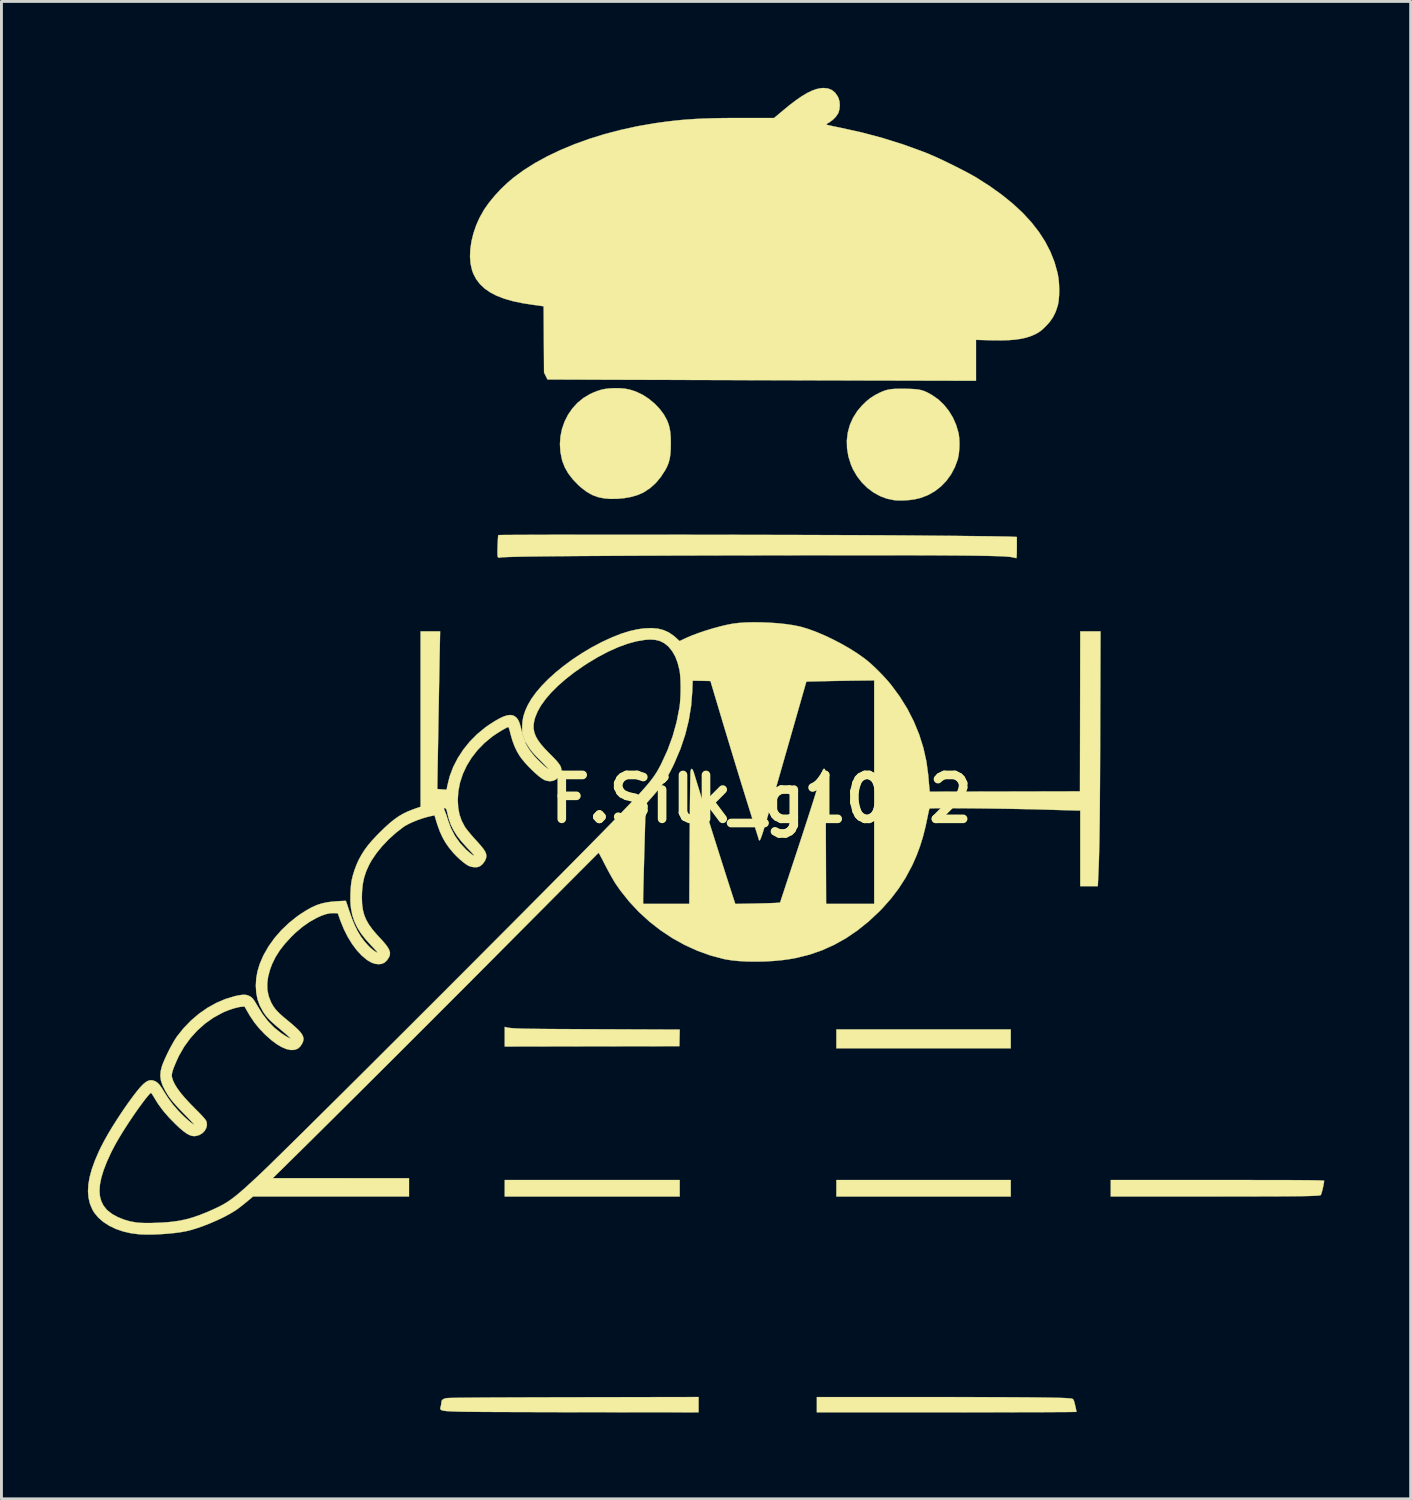
<source format=kicad_pcb>
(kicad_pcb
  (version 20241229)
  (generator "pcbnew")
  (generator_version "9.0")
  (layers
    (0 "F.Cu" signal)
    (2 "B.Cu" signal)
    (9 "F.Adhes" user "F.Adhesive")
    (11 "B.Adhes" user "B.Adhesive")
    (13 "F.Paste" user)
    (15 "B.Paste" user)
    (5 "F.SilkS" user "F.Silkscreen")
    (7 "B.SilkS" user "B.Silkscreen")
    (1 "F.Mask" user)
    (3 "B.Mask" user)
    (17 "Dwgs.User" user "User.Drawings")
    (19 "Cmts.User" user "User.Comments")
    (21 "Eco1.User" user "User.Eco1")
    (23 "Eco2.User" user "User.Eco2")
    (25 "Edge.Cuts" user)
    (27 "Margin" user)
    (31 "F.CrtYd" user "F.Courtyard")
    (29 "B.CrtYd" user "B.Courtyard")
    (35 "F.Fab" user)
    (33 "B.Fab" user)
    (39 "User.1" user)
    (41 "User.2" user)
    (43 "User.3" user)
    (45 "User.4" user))
  (footprint "F.Silk_g1032"
    (layer "F.Cu")
    (at 23.384 24.689)
    (property "Reference" "F.Silk_g1032" (at 0 0 0) (layer "F.SilkS") (effects (font (size 1.524 1.524) (thickness 0.3))))
    (attr through_hole)
    (fp_poly (pts (xy -2.836 13.801) (xy -8.911 13.801) (xy -8.911 13.229) (xy -2.836 13.229) (xy -2.836 13.801)) (stroke (width 0.01) (type solid)) (fill yes) (layer "F.SilkS"))
    (fp_poly (pts (xy 8.657 8.657) (xy 2.603 8.657) (xy 2.603 8.001) (xy 8.657 8.001) (xy 8.657 8.657)) (stroke (width 0.01) (type solid)) (fill yes) (layer "F.SilkS"))
    (fp_poly (pts (xy 8.657 13.801) (xy 2.603 13.801) (xy 2.603 13.229) (xy 8.657 13.229) (xy 8.657 13.801)) (stroke (width 0.01) (type solid)) (fill yes) (layer "F.SilkS"))
    (fp_poly (pts (xy -8.853 7.927) (xy -8.82 7.935) (xy -8.782 7.942) (xy -8.738 7.948) (xy -8.685 7.954) (xy -8.621 7.959) (xy -8.543 7.964) (xy -8.451 7.968) (xy -8.34 7.972) (xy -8.21 7.975) (xy -8.058 7.978) (xy -7.882 7.98) (xy -7.679 7.983) (xy -7.448 7.985) (xy -7.185 7.987) (xy -6.89 7.989) (xy -6.559 7.99) (xy -6.191 7.992) (xy -5.783 7.994) (xy -5.699 7.994) (xy -2.835 8.006) (xy -2.841 8.294) (xy -2.847 8.583) (xy -5.879 8.588) (xy -8.911 8.594) (xy -8.911 7.912) (xy -8.853 7.927)) (stroke (width 0.01) (type solid)) (fill yes) (layer "F.SilkS"))
    (fp_poly (pts (xy 5.784 20.765) (xy 6.356 20.765) (xy 6.888 20.766) (xy 7.379 20.766) (xy 7.832 20.768) (xy 8.248 20.769) (xy 8.627 20.771) (xy 8.971 20.773) (xy 9.281 20.775) (xy 9.558 20.778) (xy 9.804 20.781) (xy 10.02 20.784) (xy 10.207 20.788) (xy 10.366 20.792) (xy 10.498 20.797) (xy 10.605 20.802) (xy 10.687 20.808) (xy 10.747 20.814) (xy 10.784 20.821) (xy 10.794 20.823) (xy 10.818 20.838) (xy 10.838 20.864) (xy 10.857 20.912) (xy 10.877 20.988) (xy 10.893 21.052) (xy 10.913 21.142) (xy 10.929 21.215) (xy 10.939 21.264) (xy 10.942 21.278) (xy 10.921 21.279) (xy 10.86 21.281) (xy 10.76 21.282) (xy 10.624 21.284) (xy 10.454 21.285) (xy 10.251 21.286) (xy 10.017 21.287) (xy 9.754 21.289) (xy 9.464 21.29) (xy 9.15 21.29) (xy 8.813 21.291) (xy 8.454 21.292) (xy 8.077 21.293) (xy 7.683 21.293) (xy 7.273 21.293) (xy 6.85 21.294) (xy 6.435 21.294) (xy 1.926 21.294) (xy 1.926 20.765) (xy 5.784 20.765)) (stroke (width 0.01) (type solid)) (fill yes) (layer "F.SilkS"))
    (fp_poly (pts (xy 16.313 13.229) (xy 16.754 13.229) (xy 17.154 13.23) (xy 17.518 13.23) (xy 17.845 13.231) (xy 18.138 13.231) (xy 18.397 13.232) (xy 18.626 13.233) (xy 18.825 13.235) (xy 18.995 13.236) (xy 19.14 13.238) (xy 19.259 13.24) (xy 19.354 13.242) (xy 19.428 13.245) (xy 19.481 13.247) (xy 19.516 13.25) (xy 19.534 13.253) (xy 19.537 13.256) (xy 19.532 13.308) (xy 19.519 13.384) (xy 19.501 13.472) (xy 19.48 13.563) (xy 19.458 13.646) (xy 19.439 13.71) (xy 19.423 13.746) (xy 19.42 13.75) (xy 19.406 13.756) (xy 19.38 13.762) (xy 19.34 13.767) (xy 19.285 13.772) (xy 19.213 13.776) (xy 19.122 13.78) (xy 19.011 13.784) (xy 18.878 13.787) (xy 18.721 13.79) (xy 18.539 13.792) (xy 18.33 13.794) (xy 18.093 13.796) (xy 17.825 13.797) (xy 17.525 13.798) (xy 17.191 13.799) (xy 16.822 13.8) (xy 16.416 13.8) (xy 15.971 13.801) (xy 15.486 13.801) (xy 15.383 13.801) (xy 12.129 13.801) (xy 12.129 13.229) (xy 15.833 13.229) (xy 16.313 13.229)) (stroke (width 0.01) (type solid)) (fill yes) (layer "F.SilkS"))
    (fp_poly (pts (xy -2.18 21.294) (xy -6.048 21.29) (xy -6.459 21.289) (xy -6.862 21.289) (xy -7.257 21.288) (xy -7.641 21.287) (xy -8.011 21.286) (xy -8.365 21.285) (xy -8.7 21.284) (xy -9.013 21.283) (xy -9.303 21.282) (xy -9.567 21.28) (xy -9.802 21.279) (xy -10.005 21.277) (xy -10.175 21.276) (xy -10.309 21.274) (xy -10.404 21.273) (xy -10.435 21.272) (xy -10.633 21.266) (xy -10.793 21.26) (xy -10.918 21.252) (xy -11.011 21.242) (xy -11.078 21.228) (xy -11.12 21.211) (xy -11.143 21.188) (xy -11.149 21.159) (xy -11.143 21.123) (xy -11.136 21.1) (xy -11.119 21.03) (xy -11.113 20.966) (xy -11.102 20.897) (xy -11.067 20.85) (xy -11 20.818) (xy -10.943 20.803) (xy -10.914 20.8) (xy -10.857 20.797) (xy -10.771 20.794) (xy -10.655 20.792) (xy -10.508 20.789) (xy -10.329 20.787) (xy -10.117 20.785) (xy -9.872 20.783) (xy -9.592 20.781) (xy -9.277 20.779) (xy -8.925 20.778) (xy -8.536 20.776) (xy -8.108 20.775) (xy -7.641 20.774) (xy -7.133 20.772) (xy -6.585 20.771) (xy -6.503 20.771) (xy -2.18 20.763) (xy -2.18 21.294)) (stroke (width 0.01) (type solid)) (fill yes) (layer "F.SilkS"))
    (fp_poly (pts (xy -4.739 -14.246) (xy -4.564 -14.211) (xy -4.389 -14.156) (xy -4.339 -14.136) (xy -4.118 -14.03) (xy -3.906 -13.892) (xy -3.709 -13.728) (xy -3.534 -13.546) (xy -3.387 -13.351) (xy -3.276 -13.149) (xy -3.273 -13.141) (xy -3.224 -13.015) (xy -3.188 -12.885) (xy -3.163 -12.742) (xy -3.149 -12.577) (xy -3.144 -12.381) (xy -3.144 -12.33) (xy -3.149 -12.122) (xy -3.162 -11.948) (xy -3.186 -11.798) (xy -3.223 -11.665) (xy -3.275 -11.538) (xy -3.337 -11.419) (xy -3.495 -11.176) (xy -3.666 -10.971) (xy -3.855 -10.8) (xy -4.063 -10.661) (xy -4.142 -10.618) (xy -4.325 -10.543) (xy -4.538 -10.484) (xy -4.77 -10.443) (xy -5.013 -10.421) (xy -5.256 -10.42) (xy -5.461 -10.437) (xy -5.672 -10.48) (xy -5.871 -10.554) (xy -6.064 -10.663) (xy -6.257 -10.81) (xy -6.361 -10.904) (xy -6.551 -11.102) (xy -6.703 -11.3) (xy -6.82 -11.502) (xy -6.904 -11.713) (xy -6.921 -11.77) (xy -6.977 -12.045) (xy -6.994 -12.32) (xy -6.975 -12.591) (xy -6.92 -12.854) (xy -6.832 -13.105) (xy -6.712 -13.342) (xy -6.562 -13.559) (xy -6.385 -13.753) (xy -6.181 -13.92) (xy -5.952 -14.057) (xy -5.845 -14.106) (xy -5.691 -14.167) (xy -5.558 -14.209) (xy -5.428 -14.236) (xy -5.287 -14.253) (xy -5.142 -14.261) (xy -4.927 -14.262) (xy -4.739 -14.246)) (stroke (width 0.01) (type solid)) (fill yes) (layer "F.SilkS"))
    (fp_poly (pts (xy 4.965 -14.242) (xy 5.036 -14.241) (xy 5.211 -14.236) (xy 5.353 -14.227) (xy 5.472 -14.212) (xy 5.575 -14.188) (xy 5.672 -14.155) (xy 5.772 -14.108) (xy 5.884 -14.046) (xy 5.928 -14.021) (xy 6.142 -13.872) (xy 6.335 -13.689) (xy 6.505 -13.477) (xy 6.649 -13.242) (xy 6.761 -12.988) (xy 6.84 -12.721) (xy 6.849 -12.681) (xy 6.869 -12.531) (xy 6.877 -12.357) (xy 6.873 -12.176) (xy 6.857 -12) (xy 6.83 -11.845) (xy 6.817 -11.791) (xy 6.718 -11.522) (xy 6.587 -11.274) (xy 6.427 -11.051) (xy 6.239 -10.855) (xy 6.027 -10.689) (xy 5.794 -10.555) (xy 5.544 -10.457) (xy 5.333 -10.406) (xy 5.134 -10.378) (xy 4.932 -10.364) (xy 4.741 -10.364) (xy 4.615 -10.373) (xy 4.363 -10.425) (xy 4.121 -10.515) (xy 3.892 -10.641) (xy 3.68 -10.8) (xy 3.489 -10.988) (xy 3.322 -11.203) (xy 3.183 -11.441) (xy 3.109 -11.61) (xy 3.021 -11.89) (xy 2.974 -12.17) (xy 2.967 -12.448) (xy 2.999 -12.719) (xy 3.07 -12.981) (xy 3.18 -13.23) (xy 3.328 -13.465) (xy 3.481 -13.647) (xy 3.634 -13.798) (xy 3.785 -13.92) (xy 3.949 -14.024) (xy 4.11 -14.107) (xy 4.212 -14.152) (xy 4.307 -14.187) (xy 4.405 -14.212) (xy 4.512 -14.229) (xy 4.636 -14.239) (xy 4.785 -14.243) (xy 4.965 -14.242)) (stroke (width 0.01) (type solid)) (fill yes) (layer "F.SilkS"))
    (fp_poly (pts (xy -4.493 -9.174) (xy -4.033 -9.174) (xy -3.563 -9.174) (xy -3.085 -9.173) (xy -2.602 -9.173) (xy -2.116 -9.172) (xy -1.627 -9.172) (xy -1.138 -9.171) (xy -0.652 -9.17) (xy -0.169 -9.169) (xy 0.309 -9.168) (xy 0.779 -9.167) (xy 1.24 -9.166) (xy 1.69 -9.165) (xy 2.127 -9.163) (xy 2.55 -9.162) (xy 2.956 -9.16) (xy 3.343 -9.159) (xy 3.711 -9.157) (xy 4.056 -9.155) (xy 4.377 -9.154) (xy 4.673 -9.152) (xy 4.941 -9.15) (xy 5.101 -9.149) (xy 5.471 -9.146) (xy 5.833 -9.142) (xy 6.184 -9.139) (xy 6.522 -9.136) (xy 6.843 -9.133) (xy 7.145 -9.129) (xy 7.427 -9.126) (xy 7.684 -9.123) (xy 7.915 -9.121) (xy 8.117 -9.118) (xy 8.287 -9.115) (xy 8.423 -9.113) (xy 8.523 -9.111) (xy 8.583 -9.11) (xy 8.588 -9.11) (xy 8.869 -9.097) (xy 8.869 -8.729) (xy 8.868 -8.61) (xy 8.866 -8.506) (xy 8.862 -8.426) (xy 8.857 -8.376) (xy 8.853 -8.362) (xy 8.826 -8.366) (xy 8.769 -8.379) (xy 8.7 -8.394) (xy 8.66 -8.402) (xy 8.604 -8.408) (xy 8.531 -8.414) (xy 8.439 -8.42) (xy 8.327 -8.426) (xy 8.195 -8.431) (xy 8.041 -8.435) (xy 7.864 -8.44) (xy 7.663 -8.443) (xy 7.437 -8.447) (xy 7.185 -8.45) (xy 6.906 -8.453) (xy 6.598 -8.455) (xy 6.262 -8.457) (xy 5.896 -8.459) (xy 5.498 -8.46) (xy 5.068 -8.461) (xy 4.604 -8.462) (xy 4.106 -8.462) (xy 3.572 -8.462) (xy 3.002 -8.462) (xy 2.395 -8.462) (xy 1.748 -8.461) (xy 1.062 -8.46) (xy 0.335 -8.459) (xy -0.032 -8.458) (xy -0.86 -8.457) (xy -1.647 -8.455) (xy -2.392 -8.453) (xy -3.095 -8.451) (xy -3.758 -8.448) (xy -4.379 -8.446) (xy -4.961 -8.443) (xy -5.502 -8.44) (xy -6.004 -8.437) (xy -6.466 -8.434) (xy -6.889 -8.43) (xy -7.273 -8.427) (xy -7.619 -8.423) (xy -7.927 -8.419) (xy -8.197 -8.415) (xy -8.43 -8.411) (xy -8.626 -8.406) (xy -8.784 -8.401) (xy -8.907 -8.396) (xy -8.993 -8.391) (xy -9.043 -8.386) (xy -9.053 -8.384) (xy -9.108 -8.375) (xy -9.141 -8.389) (xy -9.146 -8.395) (xy -9.156 -8.42) (xy -9.162 -8.47) (xy -9.164 -8.548) (xy -9.163 -8.661) (xy -9.159 -8.788) (xy -9.154 -8.907) (xy -9.148 -9.011) (xy -9.143 -9.093) (xy -9.138 -9.145) (xy -9.134 -9.161) (xy -9.112 -9.162) (xy -9.049 -9.164) (xy -8.947 -9.166) (xy -8.808 -9.167) (xy -8.635 -9.168) (xy -8.428 -9.169) (xy -8.19 -9.17) (xy -7.922 -9.171) (xy -7.627 -9.172) (xy -7.307 -9.173) (xy -6.962 -9.173) (xy -6.595 -9.173) (xy -6.208 -9.174) (xy -5.802 -9.174) (xy -5.38 -9.174) (xy -4.943 -9.174) (xy -4.493 -9.174)) (stroke (width 0.01) (type solid)) (fill yes) (layer "F.SilkS"))
    (fp_poly (pts (xy 2.318 -24.666) (xy 2.45 -24.611) (xy 2.56 -24.521) (xy 2.649 -24.393) (xy 2.674 -24.343) (xy 2.71 -24.225) (xy 2.722 -24.09) (xy 2.711 -23.954) (xy 2.678 -23.833) (xy 2.663 -23.801) (xy 2.587 -23.688) (xy 2.483 -23.582) (xy 2.366 -23.495) (xy 2.327 -23.473) (xy 2.274 -23.442) (xy 2.257 -23.421) (xy 2.266 -23.41) (xy 2.295 -23.401) (xy 2.359 -23.386) (xy 2.452 -23.365) (xy 2.566 -23.341) (xy 2.696 -23.314) (xy 2.741 -23.305) (xy 3.478 -23.142) (xy 4.202 -22.949) (xy 4.908 -22.729) (xy 5.587 -22.483) (xy 5.837 -22.383) (xy 5.986 -22.319) (xy 6.161 -22.24) (xy 6.354 -22.149) (xy 6.558 -22.05) (xy 6.763 -21.948) (xy 6.963 -21.846) (xy 7.149 -21.749) (xy 7.314 -21.659) (xy 7.45 -21.582) (xy 7.472 -21.568) (xy 7.934 -21.273) (xy 8.355 -20.971) (xy 8.735 -20.662) (xy 9.074 -20.347) (xy 9.373 -20.023) (xy 9.632 -19.691) (xy 9.852 -19.35) (xy 10.033 -19) (xy 10.176 -18.64) (xy 10.28 -18.269) (xy 10.29 -18.224) (xy 10.317 -18.063) (xy 10.333 -17.882) (xy 10.34 -17.692) (xy 10.337 -17.504) (xy 10.324 -17.33) (xy 10.301 -17.182) (xy 10.29 -17.134) (xy 10.219 -16.919) (xy 10.128 -16.733) (xy 10.01 -16.562) (xy 9.875 -16.414) (xy 9.779 -16.321) (xy 9.699 -16.252) (xy 9.621 -16.198) (xy 9.536 -16.15) (xy 9.504 -16.134) (xy 9.352 -16.068) (xy 9.188 -16.016) (xy 9.008 -15.976) (xy 8.805 -15.947) (xy 8.577 -15.929) (xy 8.317 -15.922) (xy 8.022 -15.924) (xy 7.943 -15.926) (xy 7.451 -15.94) (xy 7.451 -14.52) (xy 5.339 -14.525) (xy 5.095 -14.525) (xy 4.812 -14.526) (xy 4.494 -14.527) (xy 4.144 -14.527) (xy 3.766 -14.528) (xy 3.363 -14.53) (xy 2.94 -14.531) (xy 2.499 -14.532) (xy 2.043 -14.533) (xy 1.578 -14.535) (xy 1.105 -14.536) (xy 0.629 -14.537) (xy 0.154 -14.539) (xy -0.318 -14.54) (xy -0.782 -14.542) (xy -1.048 -14.543) (xy -1.487 -14.544) (xy -1.925 -14.546) (xy -2.359 -14.547) (xy -2.785 -14.548) (xy -3.202 -14.55) (xy -3.606 -14.551) (xy -3.995 -14.552) (xy -4.366 -14.553) (xy -4.717 -14.554) (xy -5.044 -14.555) (xy -5.346 -14.556) (xy -5.618 -14.557) (xy -5.86 -14.558) (xy -6.067 -14.559) (xy -6.238 -14.559) (xy -6.369 -14.56) (xy -6.375 -14.56) (xy -7.426 -14.563) (xy -7.546 -14.806) (xy -7.553 -15.954) (xy -7.56 -17.103) (xy -7.606 -17.112) (xy -7.644 -17.118) (xy -7.714 -17.129) (xy -7.807 -17.141) (xy -7.912 -17.155) (xy -7.916 -17.155) (xy -8.292 -17.213) (xy -8.629 -17.284) (xy -8.928 -17.37) (xy -9.19 -17.471) (xy -9.417 -17.589) (xy -9.611 -17.724) (xy -9.771 -17.876) (xy -9.901 -18.046) (xy -10 -18.235) (xy -10.045 -18.358) (xy -10.096 -18.582) (xy -10.116 -18.828) (xy -10.105 -19.089) (xy -10.065 -19.362) (xy -9.997 -19.639) (xy -9.902 -19.917) (xy -9.781 -20.188) (xy -9.634 -20.448) (xy -9.615 -20.479) (xy -9.454 -20.706) (xy -9.263 -20.939) (xy -9.049 -21.17) (xy -8.821 -21.388) (xy -8.612 -21.566) (xy -8.255 -21.829) (xy -7.861 -22.078) (xy -7.432 -22.313) (xy -6.972 -22.532) (xy -6.483 -22.735) (xy -5.969 -22.92) (xy -5.433 -23.086) (xy -4.877 -23.231) (xy -4.305 -23.356) (xy -3.72 -23.457) (xy -3.537 -23.484) (xy -3.282 -23.518) (xy -3.035 -23.547) (xy -2.791 -23.572) (xy -2.545 -23.592) (xy -2.291 -23.609) (xy -2.023 -23.622) (xy -1.735 -23.631) (xy -1.423 -23.638) (xy -1.081 -23.642) (xy -0.703 -23.643) (xy -0.635 -23.643) (xy 0.441 -23.643) (xy 0.743 -23.897) (xy 0.987 -24.097) (xy 1.208 -24.264) (xy 1.408 -24.402) (xy 1.589 -24.51) (xy 1.756 -24.591) (xy 1.91 -24.646) (xy 2.053 -24.676) (xy 2.164 -24.684) (xy 2.318 -24.666)) (stroke (width 0.01) (type solid)) (fill yes) (layer "F.SilkS"))
    (fp_poly (pts (xy 0.01 -6.132) (xy 0.297 -6.12) (xy 0.581 -6.1) (xy 0.853 -6.071) (xy 1.105 -6.034) (xy 1.326 -5.989) (xy 1.365 -5.98) (xy 1.616 -5.906) (xy 1.89 -5.806) (xy 2.178 -5.685) (xy 2.472 -5.546) (xy 2.765 -5.394) (xy 3.048 -5.233) (xy 3.314 -5.066) (xy 3.554 -4.897) (xy 3.662 -4.814) (xy 3.794 -4.702) (xy 3.941 -4.565) (xy 4.096 -4.413) (xy 4.247 -4.256) (xy 4.387 -4.101) (xy 4.5 -3.967) (xy 4.802 -3.558) (xy 5.066 -3.133) (xy 5.291 -2.693) (xy 5.477 -2.241) (xy 5.623 -1.777) (xy 5.729 -1.303) (xy 5.794 -0.821) (xy 5.799 -0.752) (xy 5.809 -0.637) (xy 5.818 -0.525) (xy 5.827 -0.431) (xy 5.833 -0.366) (xy 5.833 -0.365) (xy 5.845 -0.254) (xy 8.452 -0.259) (xy 11.06 -0.265) (xy 11.07 -5.821) (xy 11.422 -5.821) (xy 11.774 -5.821) (xy 11.762 -2.302) (xy 11.761 -1.788) (xy 11.759 -1.315) (xy 11.757 -0.879) (xy 11.755 -0.478) (xy 11.752 -0.109) (xy 11.75 0.229) (xy 11.747 0.539) (xy 11.744 0.824) (xy 11.74 1.085) (xy 11.737 1.326) (xy 11.733 1.549) (xy 11.728 1.756) (xy 11.723 1.95) (xy 11.718 2.133) (xy 11.712 2.307) (xy 11.705 2.475) (xy 11.698 2.64) (xy 11.693 2.746) (xy 11.68 3.027) (xy 11.07 3.027) (xy 11.07 0.402) (xy 11.001 0.402) (xy 10.967 0.401) (xy 10.895 0.399) (xy 10.789 0.396) (xy 10.654 0.392) (xy 10.494 0.388) (xy 10.314 0.383) (xy 10.117 0.377) (xy 9.91 0.371) (xy 9.885 0.37) (xy 9.652 0.364) (xy 9.403 0.357) (xy 9.141 0.352) (xy 8.869 0.346) (xy 8.591 0.341) (xy 8.31 0.337) (xy 8.03 0.333) (xy 7.752 0.329) (xy 7.481 0.326) (xy 7.22 0.324) (xy 6.971 0.322) (xy 6.739 0.321) (xy 6.526 0.32) (xy 6.336 0.32) (xy 6.171 0.321) (xy 6.036 0.323) (xy 5.933 0.325) (xy 5.865 0.328) (xy 5.836 0.332) (xy 5.835 0.333) (xy 5.826 0.362) (xy 5.811 0.423) (xy 5.793 0.506) (xy 5.777 0.585) (xy 5.697 0.966) (xy 5.609 1.313) (xy 5.509 1.635) (xy 5.396 1.94) (xy 5.267 2.237) (xy 5.218 2.339) (xy 5.007 2.733) (xy 4.77 3.102) (xy 4.504 3.453) (xy 4.203 3.793) (xy 4.093 3.906) (xy 3.718 4.257) (xy 3.332 4.566) (xy 2.935 4.836) (xy 2.524 5.065) (xy 2.101 5.255) (xy 1.663 5.406) (xy 1.21 5.519) (xy 1.016 5.554) (xy 0.732 5.594) (xy 0.432 5.623) (xy 0.124 5.641) (xy -0.185 5.647) (xy -0.485 5.643) (xy -0.771 5.628) (xy -1.033 5.602) (xy -1.263 5.565) (xy -1.308 5.555) (xy -1.772 5.431) (xy -2.226 5.267) (xy -2.668 5.066) (xy -3.095 4.828) (xy -3.503 4.557) (xy -3.891 4.254) (xy -4.255 3.921) (xy -4.592 3.56) (xy -4.641 3.498) (xy -4.106 3.498) (xy -4.106 3.641) (xy -2.504 3.641) (xy -2.49 1.381) (xy -2.488 1.074) (xy -2.486 0.777) (xy -2.483 0.494) (xy -2.481 0.227) (xy -2.478 -0.02) (xy -2.475 -0.244) (xy -2.473 -0.444) (xy -2.47 -0.616) (xy -2.467 -0.756) (xy -2.465 -0.863) (xy -2.462 -0.933) (xy -2.46 -0.963) (xy -2.442 -1.026) (xy -2.42 -1.047) (xy -2.393 -1.026) (xy -2.363 -0.964) (xy -2.334 -0.878) (xy -2.3 -0.765) (xy -2.254 -0.615) (xy -2.198 -0.433) (xy -2.133 -0.223) (xy -2.06 0.011) (xy -1.981 0.266) (xy -1.896 0.536) (xy -1.807 0.818) (xy -1.716 1.109) (xy -1.623 1.403) (xy -1.53 1.697) (xy -1.438 1.987) (xy -1.348 2.269) (xy -1.263 2.538) (xy -1.182 2.791) (xy -1.107 3.024) (xy -1.04 3.232) (xy -0.982 3.412) (xy -0.96 3.478) (xy -0.906 3.643) (xy -0.257 3.631) (xy -0.089 3.627) (xy 0.072 3.623) (xy 0.219 3.619) (xy 0.345 3.615) (xy 0.444 3.611) (xy 0.509 3.608) (xy 0.52 3.607) (xy 0.649 3.596) (xy 1.079 2.29) (xy 1.211 1.892) (xy 1.329 1.532) (xy 1.436 1.206) (xy 1.531 0.912) (xy 1.617 0.649) (xy 1.693 0.412) (xy 1.761 0.199) (xy 1.822 0.008) (xy 1.875 -0.164) (xy 1.923 -0.32) (xy 1.966 -0.462) (xy 2.002 -0.582) (xy 2.039 -0.707) (xy 2.073 -0.82) (xy 2.102 -0.913) (xy 2.123 -0.98) (xy 2.135 -1.013) (xy 2.136 -1.015) (xy 2.166 -1.049) (xy 2.195 -1.042) (xy 2.213 -1.012) (xy 2.215 -0.984) (xy 2.217 -0.917) (xy 2.22 -0.814) (xy 2.222 -0.676) (xy 2.225 -0.508) (xy 2.227 -0.31) (xy 2.229 -0.088) (xy 2.231 0.158) (xy 2.233 0.423) (xy 2.235 0.706) (xy 2.237 1.003) (xy 2.238 1.311) (xy 2.238 1.339) (xy 2.247 3.641) (xy 3.916 3.641) (xy 3.916 -0.238) (xy 3.916 -4.117) (xy 3.328 -4.11) (xy 3.131 -4.108) (xy 2.907 -4.104) (xy 2.671 -4.1) (xy 2.44 -4.096) (xy 2.229 -4.091) (xy 2.151 -4.089) (xy 1.561 -4.075) (xy 0.774 -1.323) (xy 0.66 -0.924) (xy 0.557 -0.564) (xy 0.464 -0.241) (xy 0.381 0.047) (xy 0.307 0.301) (xy 0.242 0.525) (xy 0.185 0.718) (xy 0.136 0.884) (xy 0.093 1.024) (xy 0.057 1.141) (xy 0.026 1.235) (xy 0.000154 1.308) (xy -0.021 1.364) (xy -0.038 1.403) (xy -0.052 1.427) (xy -0.063 1.439) (xy -0.072 1.439) (xy -0.08 1.431) (xy -0.087 1.415) (xy -0.09 1.403) (xy -0.099 1.376) (xy -0.118 1.312) (xy -0.148 1.216) (xy -0.187 1.094) (xy -0.232 0.948) (xy -0.284 0.783) (xy -0.34 0.604) (xy -0.377 0.487) (xy -0.537 -0.027) (xy -0.707 -0.576) (xy -0.884 -1.154) (xy -1.067 -1.755) (xy -1.254 -2.373) (xy -1.443 -3.003) (xy -1.488 -3.154) (xy -1.769 -4.096) (xy -2.077 -4.102) (xy -2.385 -4.107) (xy -2.399 -3.742) (xy -2.439 -3.236) (xy -2.521 -2.734) (xy -2.644 -2.235) (xy -2.81 -1.741) (xy -3.019 -1.249) (xy -3.103 -1.074) (xy -3.184 -0.917) (xy -3.262 -0.776) (xy -3.343 -0.646) (xy -3.43 -0.518) (xy -3.529 -0.386) (xy -3.646 -0.243) (xy -3.784 -0.083) (xy -3.898 0.046) (xy -4.018 0.181) (xy -4.062 1.768) (xy -4.07 2.027) (xy -4.076 2.277) (xy -4.083 2.514) (xy -4.088 2.734) (xy -4.094 2.934) (xy -4.098 3.11) (xy -4.102 3.258) (xy -4.104 3.375) (xy -4.106 3.456) (xy -4.106 3.498) (xy -4.641 3.498) (xy -4.9 3.173) (xy -5.047 2.963) (xy -5.107 2.868) (xy -5.179 2.745) (xy -5.258 2.605) (xy -5.338 2.458) (xy -5.414 2.313) (xy -5.425 2.292) (xy -5.487 2.17) (xy -5.543 2.061) (xy -5.591 1.972) (xy -5.626 1.907) (xy -5.647 1.873) (xy -5.652 1.868) (xy -5.668 1.883) (xy -5.712 1.927) (xy -5.783 1.999) (xy -5.88 2.096) (xy -6.002 2.218) (xy -6.146 2.363) (xy -6.313 2.529) (xy -6.499 2.717) (xy -6.705 2.923) (xy -6.928 3.147) (xy -7.168 3.388) (xy -7.422 3.644) (xy -7.69 3.913) (xy -7.97 4.195) (xy -8.261 4.487) (xy -8.562 4.789) (xy -8.87 5.1) (xy -8.924 5.154) (xy -9.336 5.568) (xy -9.759 5.993) (xy -10.191 6.427) (xy -10.63 6.866) (xy -11.073 7.31) (xy -11.518 7.756) (xy -11.964 8.201) (xy -12.407 8.644) (xy -12.846 9.082) (xy -13.279 9.513) (xy -13.703 9.936) (xy -14.116 10.347) (xy -14.516 10.745) (xy -14.901 11.127) (xy -15.268 11.491) (xy -15.616 11.836) (xy -15.942 12.158) (xy -16.244 12.456) (xy -16.519 12.727) (xy -16.679 12.885) (xy -16.965 13.165) (xy -14.6 13.165) (xy -12.234 13.166) (xy -12.234 13.801) (xy -17.649 13.801) (xy -17.878 13.993) (xy -17.977 14.073) (xy -18.078 14.153) (xy -18.172 14.224) (xy -18.246 14.277) (xy -18.251 14.28) (xy -18.438 14.395) (xy -18.658 14.512) (xy -18.898 14.627) (xy -19.15 14.736) (xy -19.403 14.835) (xy -19.647 14.918) (xy -19.871 14.983) (xy -19.963 15.004) (xy -20.153 15.039) (xy -20.375 15.069) (xy -20.616 15.093) (xy -20.865 15.11) (xy -21.112 15.121) (xy -21.344 15.123) (xy -21.551 15.117) (xy -21.601 15.113) (xy -21.887 15.077) (xy -22.158 15.015) (xy -22.411 14.928) (xy -22.64 14.818) (xy -22.843 14.687) (xy -23.016 14.538) (xy -23.155 14.372) (xy -23.23 14.247) (xy -23.311 14.053) (xy -23.36 13.845) (xy -23.379 13.622) (xy -23.377 13.597) (xy -22.98 13.597) (xy -22.965 13.79) (xy -22.918 13.962) (xy -22.841 14.116) (xy -22.732 14.253) (xy -22.685 14.298) (xy -22.531 14.415) (xy -22.344 14.517) (xy -22.134 14.602) (xy -21.909 14.667) (xy -21.677 14.707) (xy -21.643 14.71) (xy -21.518 14.718) (xy -21.36 14.722) (xy -21.181 14.721) (xy -20.99 14.715) (xy -20.797 14.706) (xy -20.613 14.693) (xy -20.451 14.677) (xy -20.216 14.644) (xy -19.986 14.596) (xy -19.754 14.532) (xy -19.511 14.449) (xy -19.248 14.344) (xy -19.061 14.262) (xy -18.921 14.198) (xy -18.795 14.136) (xy -18.677 14.073) (xy -18.564 14.006) (xy -18.452 13.931) (xy -18.336 13.846) (xy -18.211 13.748) (xy -18.075 13.633) (xy -17.921 13.498) (xy -17.747 13.339) (xy -17.547 13.155) (xy -17.516 13.126) (xy -17.423 13.039) (xy -17.302 12.923) (xy -17.153 12.78) (xy -16.979 12.61) (xy -16.781 12.416) (xy -16.56 12.199) (xy -16.317 11.96) (xy -16.054 11.701) (xy -15.771 11.422) (xy -15.472 11.125) (xy -15.156 10.812) (xy -14.825 10.484) (xy -14.481 10.143) (xy -14.125 9.789) (xy -13.758 9.424) (xy -13.382 9.049) (xy -12.998 8.666) (xy -12.607 8.276) (xy -12.211 7.881) (xy -11.812 7.482) (xy -11.409 7.08) (xy -11.005 6.676) (xy -10.602 6.272) (xy -10.2 5.87) (xy -9.801 5.47) (xy -9.407 5.074) (xy -9.018 4.684) (xy -8.636 4.301) (xy -8.262 3.925) (xy -7.899 3.559) (xy -7.546 3.204) (xy -7.206 2.861) (xy -6.88 2.532) (xy -6.569 2.218) (xy -6.274 1.92) (xy -5.997 1.639) (xy -5.74 1.378) (xy -5.503 1.137) (xy -5.289 0.918) (xy -5.098 0.722) (xy -4.931 0.55) (xy -4.846 0.461) (xy -4.632 0.239) (xy -4.446 0.043) (xy -4.284 -0.129) (xy -4.145 -0.281) (xy -4.025 -0.416) (xy -3.922 -0.537) (xy -3.834 -0.647) (xy -3.757 -0.749) (xy -3.689 -0.847) (xy -3.628 -0.943) (xy -3.571 -1.042) (xy -3.515 -1.146) (xy -3.475 -1.223) (xy -3.259 -1.694) (xy -3.082 -2.175) (xy -2.944 -2.67) (xy -2.843 -3.184) (xy -2.843 -3.186) (xy -2.826 -3.326) (xy -2.814 -3.492) (xy -2.806 -3.673) (xy -2.804 -3.861) (xy -2.807 -4.045) (xy -2.814 -4.216) (xy -2.827 -4.363) (xy -2.843 -4.473) (xy -2.907 -4.726) (xy -2.99 -4.944) (xy -3.094 -5.128) (xy -3.219 -5.282) (xy -3.246 -5.308) (xy -3.377 -5.412) (xy -3.521 -5.483) (xy -3.682 -5.524) (xy -3.866 -5.536) (xy -4.042 -5.525) (xy -4.336 -5.475) (xy -4.649 -5.39) (xy -4.977 -5.269) (xy -5.32 -5.115) (xy -5.675 -4.928) (xy -6.039 -4.709) (xy -6.17 -4.623) (xy -6.496 -4.396) (xy -6.792 -4.165) (xy -7.057 -3.934) (xy -7.289 -3.704) (xy -7.486 -3.476) (xy -7.648 -3.252) (xy -7.772 -3.034) (xy -7.857 -2.824) (xy -7.885 -2.721) (xy -7.908 -2.579) (xy -7.908 -2.444) (xy -7.884 -2.312) (xy -7.835 -2.18) (xy -7.757 -2.043) (xy -7.65 -1.896) (xy -7.51 -1.736) (xy -7.336 -1.558) (xy -7.334 -1.556) (xy -7.208 -1.429) (xy -7.11 -1.325) (xy -7.039 -1.238) (xy -6.989 -1.165) (xy -6.959 -1.101) (xy -6.945 -1.04) (xy -6.943 -1) (xy -6.959 -0.915) (xy -7.004 -0.822) (xy -7.068 -0.736) (xy -7.134 -0.677) (xy -7.236 -0.629) (xy -7.353 -0.616) (xy -7.476 -0.637) (xy -7.54 -0.663) (xy -7.627 -0.716) (xy -7.732 -0.795) (xy -7.849 -0.896) (xy -7.972 -1.012) (xy -8.094 -1.135) (xy -8.209 -1.261) (xy -8.31 -1.382) (xy -8.391 -1.492) (xy -8.391 -1.492) (xy -8.486 -1.651) (xy -8.568 -1.824) (xy -8.631 -1.993) (xy -8.21 -1.993) (xy -8.193 -1.952) (xy -8.161 -1.888) (xy -8.097 -1.775) (xy -8.024 -1.667) (xy -7.934 -1.553) (xy -7.844 -1.449) (xy -7.778 -1.379) (xy -7.702 -1.303) (xy -7.622 -1.226) (xy -7.545 -1.156) (xy -7.477 -1.097) (xy -7.424 -1.055) (xy -7.394 -1.037) (xy -7.392 -1.037) (xy -7.402 -1.051) (xy -7.437 -1.091) (xy -7.494 -1.151) (xy -7.567 -1.226) (xy -7.654 -1.314) (xy -7.657 -1.318) (xy -7.775 -1.436) (xy -7.867 -1.533) (xy -7.94 -1.615) (xy -8.001 -1.689) (xy -8.054 -1.763) (xy -8.107 -1.844) (xy -8.139 -1.896) (xy -8.182 -1.965) (xy -8.206 -1.998) (xy -8.21 -1.993) (xy -8.631 -1.993) (xy -8.64 -2.018) (xy -8.65 -2.053) (xy -8.234 -2.053) (xy -8.226 -2.036) (xy -8.22 -2.039) (xy -8.217 -2.064) (xy -8.22 -2.067) (xy -8.232 -2.064) (xy -8.234 -2.053) (xy -8.65 -2.053) (xy -8.666 -2.106) (xy -8.255 -2.106) (xy -8.244 -2.095) (xy -8.234 -2.106) (xy -8.244 -2.117) (xy -8.255 -2.106) (xy -8.666 -2.106) (xy -8.687 -2.18) (xy -8.276 -2.18) (xy -8.268 -2.163) (xy -8.262 -2.166) (xy -8.26 -2.191) (xy -8.262 -2.194) (xy -8.275 -2.191) (xy -8.276 -2.18) (xy -8.687 -2.18) (xy -8.705 -2.243) (xy -8.709 -2.256) (xy -8.296 -2.256) (xy -8.292 -2.229) (xy -8.285 -2.228) (xy -8.279 -2.257) (xy -8.283 -2.269) (xy -8.292 -2.277) (xy -8.296 -2.256) (xy -8.709 -2.256) (xy -8.731 -2.344) (xy -8.751 -2.418) (xy -8.771 -2.472) (xy -8.787 -2.497) (xy -8.789 -2.498) (xy -8.822 -2.487) (xy -8.881 -2.456) (xy -8.961 -2.412) (xy -9.053 -2.357) (xy -9.149 -2.297) (xy -9.243 -2.237) (xy -9.325 -2.18) (xy -9.352 -2.161) (xy -9.619 -1.939) (xy -9.856 -1.696) (xy -10.06 -1.434) (xy -10.231 -1.156) (xy -10.366 -0.866) (xy -10.464 -0.566) (xy -10.523 -0.26) (xy -10.541 0.028) (xy -10.527 0.295) (xy -10.483 0.535) (xy -10.407 0.754) (xy -10.3 0.957) (xy -10.277 0.992) (xy -10.225 1.063) (xy -10.152 1.154) (xy -10.066 1.256) (xy -9.976 1.359) (xy -9.939 1.399) (xy -9.813 1.538) (xy -9.714 1.653) (xy -9.641 1.747) (xy -9.591 1.827) (xy -9.561 1.895) (xy -9.549 1.958) (xy -9.552 2.019) (xy -9.566 2.077) (xy -9.608 2.166) (xy -9.675 2.254) (xy -9.753 2.323) (xy -9.781 2.34) (xy -9.871 2.367) (xy -9.98 2.369) (xy -10.092 2.349) (xy -10.172 2.318) (xy -10.257 2.266) (xy -10.36 2.188) (xy -10.472 2.093) (xy -10.584 1.987) (xy -10.688 1.879) (xy -10.696 1.87) (xy -10.842 1.694) (xy -10.965 1.519) (xy -11.069 1.336) (xy -11.161 1.136) (xy -11.244 0.908) (xy -11.292 0.756) (xy -11.347 0.57) (xy -11.426 0.584) (xy -11.58 0.619) (xy -11.75 0.668) (xy -11.924 0.728) (xy -12.092 0.795) (xy -12.244 0.865) (xy -12.371 0.934) (xy -12.422 0.968) (xy -12.687 1.173) (xy -12.935 1.397) (xy -13.162 1.634) (xy -13.362 1.879) (xy -13.529 2.125) (xy -13.617 2.282) (xy -13.717 2.502) (xy -13.791 2.724) (xy -13.839 2.956) (xy -13.865 3.21) (xy -13.871 3.429) (xy -13.863 3.647) (xy -13.837 3.842) (xy -13.791 4.022) (xy -13.721 4.193) (xy -13.625 4.361) (xy -13.499 4.535) (xy -13.341 4.719) (xy -13.267 4.798) (xy -13.135 4.942) (xy -13.033 5.063) (xy -12.961 5.166) (xy -12.915 5.255) (xy -12.895 5.333) (xy -12.898 5.406) (xy -12.921 5.477) (xy -12.93 5.495) (xy -13.004 5.609) (xy -13.087 5.684) (xy -13.184 5.725) (xy -13.285 5.736) (xy -13.405 5.724) (xy -13.523 5.686) (xy -13.647 5.618) (xy -13.705 5.578) (xy -13.88 5.432) (xy -14.05 5.248) (xy -14.211 5.032) (xy -14.361 4.788) (xy -14.495 4.522) (xy -14.611 4.238) (xy -14.625 4.199) (xy -14.706 3.969) (xy -14.834 3.962) (xy -14.973 3.968) (xy -15.122 3.999) (xy -15.287 4.058) (xy -15.441 4.129) (xy -15.691 4.269) (xy -15.932 4.438) (xy -16.171 4.64) (xy -16.309 4.774) (xy -16.534 5.016) (xy -16.72 5.254) (xy -16.871 5.493) (xy -16.99 5.738) (xy -17.058 5.919) (xy -17.126 6.173) (xy -17.156 6.41) (xy -17.15 6.633) (xy -17.106 6.846) (xy -17.025 7.053) (xy -17.005 7.091) (xy -16.949 7.189) (xy -16.882 7.283) (xy -16.799 7.377) (xy -16.695 7.479) (xy -16.564 7.594) (xy -16.463 7.677) (xy -16.302 7.811) (xy -16.173 7.925) (xy -16.072 8.021) (xy -15.998 8.104) (xy -15.946 8.177) (xy -15.914 8.243) (xy -15.899 8.307) (xy -15.897 8.341) (xy -15.912 8.422) (xy -15.954 8.512) (xy -16.014 8.596) (xy -16.082 8.659) (xy -16.096 8.668) (xy -16.209 8.71) (xy -16.339 8.715) (xy -16.486 8.684) (xy -16.646 8.617) (xy -16.819 8.516) (xy -17.002 8.381) (xy -17.194 8.212) (xy -17.241 8.168) (xy -17.435 7.965) (xy -17.601 7.76) (xy -17.752 7.536) (xy -17.824 7.414) (xy -17.943 7.207) (xy -18.037 7.212) (xy -18.135 7.225) (xy -18.261 7.255) (xy -18.402 7.298) (xy -18.548 7.351) (xy -18.689 7.411) (xy -18.71 7.421) (xy -19.022 7.591) (xy -19.314 7.797) (xy -19.582 8.036) (xy -19.825 8.304) (xy -20.039 8.598) (xy -20.221 8.914) (xy -20.289 9.06) (xy -20.36 9.225) (xy -20.413 9.357) (xy -20.447 9.463) (xy -20.466 9.546) (xy -20.471 9.613) (xy -20.465 9.655) (xy -20.427 9.776) (xy -20.365 9.907) (xy -20.277 10.049) (xy -20.161 10.206) (xy -20.015 10.379) (xy -19.838 10.571) (xy -19.67 10.742) (xy -19.545 10.867) (xy -19.448 10.967) (xy -19.376 11.045) (xy -19.324 11.106) (xy -19.289 11.153) (xy -19.269 11.191) (xy -19.262 11.209) (xy -19.249 11.319) (xy -19.274 11.426) (xy -19.33 11.524) (xy -19.412 11.606) (xy -19.515 11.667) (xy -19.634 11.7) (xy -19.696 11.705) (xy -19.777 11.695) (xy -19.865 11.664) (xy -19.962 11.61) (xy -20.074 11.528) (xy -20.203 11.418) (xy -20.337 11.293) (xy -20.573 11.052) (xy -20.773 10.82) (xy -20.941 10.592) (xy -21.049 10.419) (xy -21.099 10.335) (xy -21.143 10.266) (xy -21.175 10.219) (xy -21.19 10.202) (xy -21.217 10.219) (xy -21.264 10.268) (xy -21.328 10.344) (xy -21.408 10.444) (xy -21.499 10.565) (xy -21.599 10.701) (xy -21.705 10.85) (xy -21.814 11.008) (xy -21.923 11.17) (xy -21.968 11.238) (xy -22.147 11.516) (xy -22.3 11.766) (xy -22.432 11.996) (xy -22.544 12.209) (xy -22.583 12.287) (xy -22.726 12.6) (xy -22.837 12.886) (xy -22.916 13.146) (xy -22.964 13.383) (xy -22.98 13.597) (xy -23.377 13.597) (xy -23.366 13.383) (xy -23.321 13.125) (xy -23.244 12.846) (xy -23.135 12.545) (xy -22.994 12.219) (xy -22.935 12.097) (xy -22.821 11.877) (xy -22.684 11.632) (xy -22.527 11.371) (xy -22.355 11.1) (xy -22.174 10.826) (xy -21.987 10.556) (xy -21.798 10.299) (xy -21.792 10.291) (xy -21.663 10.125) (xy -21.551 9.993) (xy -21.453 9.893) (xy -21.366 9.824) (xy -21.286 9.781) (xy -21.209 9.764) (xy -21.134 9.769) (xy -21.103 9.777) (xy -21.032 9.806) (xy -20.966 9.851) (xy -20.901 9.918) (xy -20.831 10.013) (xy -20.751 10.142) (xy -20.745 10.153) (xy -20.594 10.39) (xy -20.431 10.608) (xy -20.245 10.822) (xy -20.148 10.923) (xy -20.055 11.014) (xy -19.961 11.101) (xy -19.873 11.179) (xy -19.796 11.241) (xy -19.736 11.284) (xy -19.699 11.303) (xy -19.695 11.303) (xy -19.705 11.289) (xy -19.74 11.248) (xy -19.798 11.186) (xy -19.874 11.106) (xy -19.965 11.011) (xy -20.048 10.927) (xy -20.194 10.777) (xy -20.314 10.649) (xy -20.413 10.536) (xy -20.496 10.434) (xy -20.569 10.335) (xy -20.635 10.233) (xy -20.697 10.128) (xy -20.79 9.945) (xy -20.846 9.776) (xy -20.868 9.612) (xy -20.855 9.446) (xy -20.809 9.27) (xy -20.787 9.207) (xy -20.723 9.052) (xy -20.645 8.883) (xy -20.56 8.71) (xy -20.471 8.543) (xy -20.385 8.393) (xy -20.307 8.27) (xy -20.289 8.244) (xy -20.059 7.956) (xy -19.804 7.693) (xy -19.527 7.457) (xy -19.233 7.252) (xy -18.925 7.08) (xy -18.607 6.944) (xy -18.285 6.847) (xy -18.199 6.828) (xy -18.067 6.805) (xy -17.965 6.797) (xy -17.881 6.804) (xy -17.807 6.827) (xy -17.791 6.835) (xy -17.736 6.864) (xy -17.689 6.899) (xy -17.643 6.948) (xy -17.595 7.017) (xy -17.536 7.113) (xy -17.496 7.183) (xy -17.318 7.469) (xy -17.126 7.719) (xy -16.917 7.934) (xy -16.688 8.119) (xy -16.506 8.237) (xy -16.437 8.276) (xy -16.382 8.303) (xy -16.352 8.313) (xy -16.349 8.312) (xy -16.361 8.296) (xy -16.401 8.257) (xy -16.465 8.199) (xy -16.549 8.127) (xy -16.647 8.044) (xy -16.693 8.005) (xy -16.84 7.882) (xy -16.958 7.778) (xy -17.054 7.689) (xy -17.132 7.608) (xy -17.198 7.53) (xy -17.257 7.449) (xy -17.299 7.386) (xy -17.414 7.175) (xy -17.493 6.957) (xy -17.538 6.723) (xy -17.552 6.477) (xy -17.538 6.225) (xy -17.493 5.979) (xy -17.418 5.731) (xy -17.308 5.472) (xy -17.277 5.408) (xy -17.109 5.115) (xy -16.904 4.829) (xy -16.667 4.557) (xy -16.402 4.304) (xy -16.117 4.076) (xy -16.004 3.997) (xy -15.8 3.867) (xy -15.616 3.764) (xy -15.441 3.685) (xy -15.267 3.628) (xy -15.085 3.588) (xy -14.885 3.562) (xy -14.767 3.553) (xy -14.653 3.546) (xy -14.554 3.541) (xy -14.479 3.538) (xy -14.435 3.538) (xy -14.426 3.539) (xy -14.418 3.56) (xy -14.399 3.615) (xy -14.371 3.696) (xy -14.337 3.798) (xy -14.308 3.884) (xy -14.214 4.152) (xy -14.118 4.385) (xy -14.018 4.588) (xy -13.91 4.768) (xy -13.79 4.932) (xy -13.656 5.084) (xy -13.589 5.151) (xy -13.518 5.213) (xy -13.45 5.267) (xy -13.393 5.306) (xy -13.353 5.327) (xy -13.335 5.324) (xy -13.335 5.322) (xy -13.349 5.302) (xy -13.387 5.258) (xy -13.444 5.195) (xy -13.515 5.12) (xy -13.541 5.093) (xy -13.74 4.873) (xy -13.903 4.663) (xy -14.032 4.458) (xy -14.13 4.251) (xy -14.201 4.038) (xy -14.246 3.811) (xy -14.263 3.662) (xy -14.27 3.532) (xy -14.27 3.379) (xy -14.264 3.215) (xy -14.254 3.056) (xy -14.239 2.913) (xy -14.224 2.82) (xy -14.182 2.647) (xy -14.123 2.458) (xy -14.052 2.271) (xy -13.976 2.104) (xy -13.974 2.101) (xy -13.881 1.931) (xy -13.778 1.77) (xy -13.659 1.61) (xy -13.519 1.444) (xy -13.352 1.265) (xy -13.272 1.184) (xy -13.083 0.999) (xy -12.913 0.845) (xy -12.754 0.716) (xy -12.602 0.608) (xy -12.448 0.517) (xy -12.287 0.438) (xy -12.112 0.368) (xy -12.028 0.338) (xy -11.991 0.325) (xy -11.024 0.325) (xy -11.019 0.35) (xy -10.997 0.403) (xy -10.984 0.433) (xy -10.957 0.501) (xy -10.925 0.593) (xy -10.894 0.691) (xy -10.887 0.716) (xy -10.781 1.009) (xy -10.638 1.283) (xy -10.461 1.533) (xy -10.251 1.759) (xy -10.143 1.853) (xy -10.066 1.914) (xy -10.012 1.952) (xy -9.982 1.967) (xy -9.979 1.956) (xy -10.005 1.919) (xy -10.013 1.91) (xy -10.049 1.871) (xy -10.105 1.81) (xy -10.174 1.738) (xy -10.226 1.683) (xy -10.414 1.474) (xy -10.568 1.276) (xy -10.69 1.082) (xy -10.786 0.886) (xy -10.857 0.68) (xy -10.899 0.508) (xy -10.919 0.419) (xy -10.936 0.364) (xy -10.953 0.335) (xy -10.975 0.323) (xy -10.982 0.321) (xy -11.012 0.318) (xy -11.024 0.325) (xy -11.991 0.325) (xy -11.832 0.27) (xy -11.832 -5.821) (xy -11.154 -5.821) (xy -11.167 -5.17) (xy -11.169 -5.07) (xy -11.172 -4.937) (xy -11.175 -4.776) (xy -11.178 -4.588) (xy -11.182 -4.378) (xy -11.186 -4.148) (xy -11.191 -3.902) (xy -11.195 -3.643) (xy -11.2 -3.375) (xy -11.205 -3.099) (xy -11.21 -2.821) (xy -11.215 -2.542) (xy -11.22 -2.266) (xy -11.224 -1.996) (xy -11.229 -1.736) (xy -11.233 -1.488) (xy -11.237 -1.256) (xy -11.241 -1.044) (xy -11.244 -0.853) (xy -11.246 -0.688) (xy -11.249 -0.552) (xy -11.25 -0.448) (xy -11.251 -0.379) (xy -11.251 -0.348) (xy -11.251 -0.347) (xy -11.231 -0.344) (xy -11.179 -0.34) (xy -11.106 -0.334) (xy -11.089 -0.333) (xy -10.929 -0.321) (xy -10.903 -0.46) (xy -10.822 -0.787) (xy -10.701 -1.108) (xy -10.542 -1.418) (xy -10.349 -1.714) (xy -10.124 -1.993) (xy -9.869 -2.25) (xy -9.586 -2.483) (xy -9.44 -2.585) (xy -9.248 -2.708) (xy -9.082 -2.802) (xy -8.94 -2.867) (xy -8.819 -2.904) (xy -8.716 -2.916) (xy -8.628 -2.901) (xy -8.58 -2.88) (xy -8.511 -2.831) (xy -8.456 -2.764) (xy -8.41 -2.673) (xy -8.37 -2.55) (xy -8.355 -2.493) (xy -8.305 -2.297) (xy -8.305 -2.508) (xy -8.295 -2.696) (xy -8.261 -2.876) (xy -8.2 -3.06) (xy -8.115 -3.251) (xy -7.988 -3.471) (xy -7.823 -3.699) (xy -7.625 -3.931) (xy -7.395 -4.165) (xy -7.138 -4.397) (xy -6.857 -4.625) (xy -6.556 -4.846) (xy -6.237 -5.057) (xy -5.905 -5.255) (xy -5.563 -5.437) (xy -5.514 -5.461) (xy -5.18 -5.615) (xy -4.869 -5.737) (xy -4.578 -5.828) (xy -4.301 -5.891) (xy -4.063 -5.923) (xy -3.816 -5.933) (xy -3.595 -5.914) (xy -3.397 -5.864) (xy -3.216 -5.783) (xy -3.048 -5.668) (xy -2.967 -5.598) (xy -2.842 -5.483) (xy -2.622 -5.586) (xy -2.426 -5.671) (xy -2.198 -5.757) (xy -1.95 -5.841) (xy -1.694 -5.92) (xy -1.439 -5.989) (xy -1.198 -6.047) (xy -0.995 -6.086) (xy -0.783 -6.112) (xy -0.539 -6.129) (xy -0.272 -6.135) (xy 0.01 -6.132)) (stroke (width 0.01) (type solid)) (fill yes) (layer "F.SilkS")))
  (gr_rect
    (start -3 -3)
    (end 45.926 48.987)
    (stroke (width 0.1) (type default))
    (fill no)
    (layer "Edge.Cuts")))
</source>
